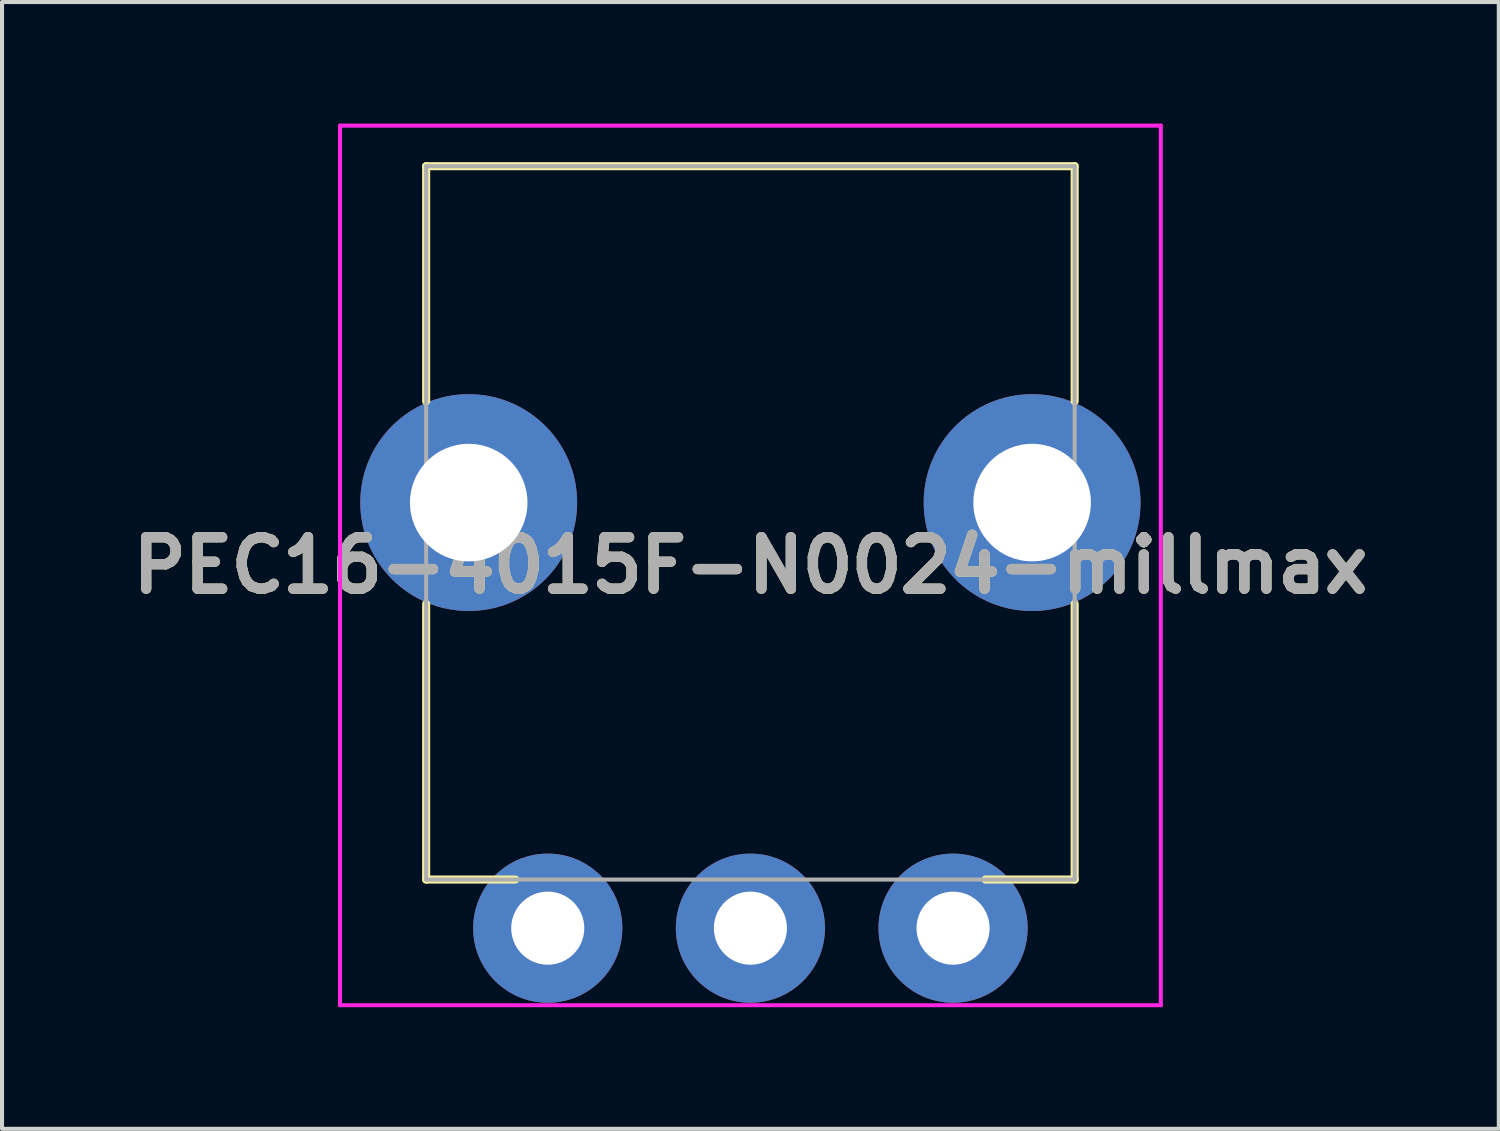
<source format=kicad_pcb>
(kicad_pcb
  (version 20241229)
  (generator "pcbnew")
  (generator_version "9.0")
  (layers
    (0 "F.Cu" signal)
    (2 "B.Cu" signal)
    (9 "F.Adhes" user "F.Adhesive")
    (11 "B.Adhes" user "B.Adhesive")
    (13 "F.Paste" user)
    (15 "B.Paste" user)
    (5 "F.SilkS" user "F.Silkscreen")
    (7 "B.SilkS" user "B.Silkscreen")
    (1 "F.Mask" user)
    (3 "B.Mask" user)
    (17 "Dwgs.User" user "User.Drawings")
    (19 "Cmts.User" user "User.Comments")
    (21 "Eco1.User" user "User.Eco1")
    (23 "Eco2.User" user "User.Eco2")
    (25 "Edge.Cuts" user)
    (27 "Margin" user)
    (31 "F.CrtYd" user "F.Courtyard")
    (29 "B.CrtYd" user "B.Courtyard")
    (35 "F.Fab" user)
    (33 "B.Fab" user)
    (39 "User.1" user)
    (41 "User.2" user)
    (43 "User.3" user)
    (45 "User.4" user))
  (footprint "PEC16-4015F-N0024-millmax"
    (layer "F.Cu")
    (at 10.464 19.85)
    (property "Reference" "PEC16-4015F-N0024-millmax" (at 5 -8.95 180) (layer "F.SilkS") (effects (font (size 1.27 1.27) (thickness 0.254))))
    (attr through_hole)
    (fp_line (start -3 -18.8) (end 13 -18.8) (stroke (width 0.2) (type solid)) (layer "F.SilkS"))
    (fp_line (start -3 -13) (end -3 -18.8) (stroke (width 0.2) (type solid)) (layer "F.SilkS"))
    (fp_line (start -3 -8) (end -3 -1.2) (stroke (width 0.2) (type solid)) (layer "F.SilkS"))
    (fp_line (start -3 -1.2) (end -0.8 -1.2) (stroke (width 0.2) (type solid)) (layer "F.SilkS"))
    (fp_line (start 13 -18.8) (end 13 -13) (stroke (width 0.2) (type solid)) (layer "F.SilkS"))
    (fp_line (start 13 -8) (end 13 -1.2) (stroke (width 0.2) (type solid)) (layer "F.SilkS"))
    (fp_line (start 13 -1.2) (end 10.8 -1.2) (stroke (width 0.2) (type solid)) (layer "F.SilkS"))
    (fp_line (start -5.125 -19.8) (end 15.125 -19.8) (stroke (width 0.1) (type solid)) (layer "F.CrtYd"))
    (fp_line (start -5.125 1.9) (end -5.125 -19.8) (stroke (width 0.1) (type solid)) (layer "F.CrtYd"))
    (fp_line (start 15.125 -19.8) (end 15.125 1.9) (stroke (width 0.1) (type solid)) (layer "F.CrtYd"))
    (fp_line (start 15.125 1.9) (end -5.125 1.9) (stroke (width 0.1) (type solid)) (layer "F.CrtYd"))
    (fp_line (start -3 -18.8) (end 13 -18.8) (stroke (width 0.1) (type solid)) (layer "F.Fab"))
    (fp_line (start -3 -1.2) (end -3 -18.8) (stroke (width 0.1) (type solid)) (layer "F.Fab"))
    (fp_line (start 13 -18.8) (end 13 -1.2) (stroke (width 0.1) (type solid)) (layer "F.Fab"))
    (fp_line (start 13 -1.2) (end -3 -1.2) (stroke (width 0.1) (type solid)) (layer "F.Fab"))
    (fp_text user "${REFERENCE}" (at 5 -8.95 180) (layer "F.Fab") (effects (font (size 1.27 1.27) (thickness 0.254))))
    (pad "A1" thru_hole circle (at 0 0) (size 3.68 3.68) (drill 1.803) (layers "*.Cu" "*.Mask"))
    (pad "B1" thru_hole circle (at 5 0) (size 3.68 3.68) (drill 1.803) (layers "*.Cu" "*.Mask"))
    (pad "C1" thru_hole circle (at 10 0) (size 3.68 3.68) (drill 1.803) (layers "*.Cu" "*.Mask"))
    (pad "MH1" thru_hole circle (at -1.95 -10.5) (size 5.35 5.35) (drill 2.9) (layers "*.Cu" "*.Mask"))
    (pad "MH2" thru_hole circle (at 11.95 -10.5) (size 5.35 5.35) (drill 2.9) (layers "*.Cu" "*.Mask")))
  (gr_rect
    (start -3 -3)
    (end 33.928 24.8)
    (stroke (width 0.1) (type default))
    (fill no)
    (layer "Edge.Cuts")))
</source>
